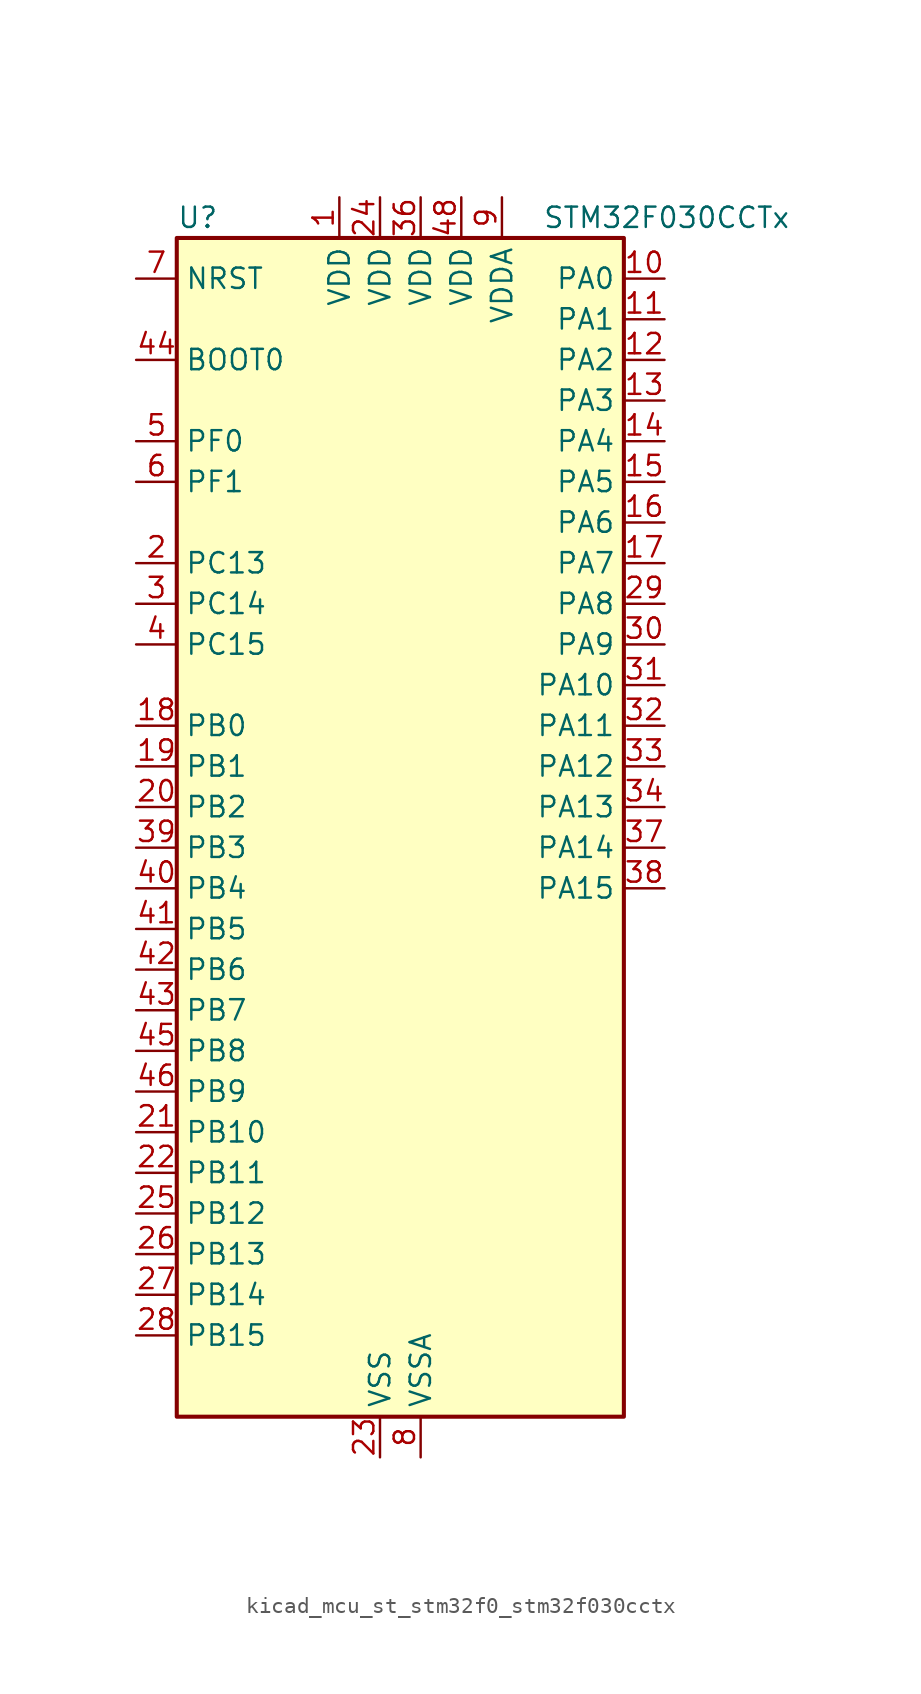
<source format=kicad_sym>
(kicad_symbol_lib
  (version 20220914)
  (generator kicad_symbol_editor)
  (symbol "kicad_mcu_st_stm32f0_stm32f030cctx"
    (property "Reference" "U"
      (at -12.7 39.37 0)
      (effects (font (size 1.27 1.27)) (justify left)))
    (property "Value" "STM32F030CCTx"
      (at 10.16 39.37 0)
      (effects (font (size 1.27 1.27)) (justify left)))
    (property "ki_locked" ""
      (at 0 0 0)
      (effects (font (size 1.27 1.27))))
    (symbol "kicad_mcu_st_stm32f0_stm32f030cctx_0_1"
      (rectangle (start -12.7 -35.56) (end 15.24 38.1) (stroke (width 0.254) (type default)) (fill (type background))))
    (symbol "kicad_mcu_st_stm32f0_stm32f030cctx_1_1"
      (pin power_in line (at -2.54 40.64 270) (length 2.54) (name "VDD" (effects (font (size 1.27 1.27)))) (number "1" (effects (font (size 1.27 1.27)))))
      (pin bidirectional line (at 17.78 35.56 180) (length 2.54) (name "PA0" (effects (font (size 1.27 1.27)))) (number "10" (effects (font (size 1.27 1.27)))) (alternate "ADC_IN0" bidirectional line) (alternate "RTC_TAMP2" bidirectional line) (alternate "SYS_WKUP1" bidirectional line) (alternate "USART2_CTS" bidirectional line) (alternate "USART4_TX" bidirectional line))
      (pin bidirectional line (at 17.78 33.02 180) (length 2.54) (name "PA1" (effects (font (size 1.27 1.27)))) (number "11" (effects (font (size 1.27 1.27)))) (alternate "ADC_IN1" bidirectional line) (alternate "TIM15_CH1N" bidirectional line) (alternate "USART2_DE" bidirectional line) (alternate "USART2_RTS" bidirectional line) (alternate "USART4_RX" bidirectional line))
      (pin bidirectional line (at 17.78 30.48 180) (length 2.54) (name "PA2" (effects (font (size 1.27 1.27)))) (number "12" (effects (font (size 1.27 1.27)))) (alternate "ADC_IN2" bidirectional line) (alternate "TIM15_CH1" bidirectional line) (alternate "USART2_TX" bidirectional line))
      (pin bidirectional line (at 17.78 27.94 180) (length 2.54) (name "PA3" (effects (font (size 1.27 1.27)))) (number "13" (effects (font (size 1.27 1.27)))) (alternate "ADC_IN3" bidirectional line) (alternate "TIM15_CH2" bidirectional line) (alternate "USART2_RX" bidirectional line))
      (pin bidirectional line (at 17.78 25.4 180) (length 2.54) (name "PA4" (effects (font (size 1.27 1.27)))) (number "14" (effects (font (size 1.27 1.27)))) (alternate "ADC_IN4" bidirectional line) (alternate "SPI1_NSS" bidirectional line) (alternate "TIM14_CH1" bidirectional line) (alternate "USART2_CK" bidirectional line) (alternate "USART6_TX" bidirectional line))
      (pin bidirectional line (at 17.78 22.86 180) (length 2.54) (name "PA5" (effects (font (size 1.27 1.27)))) (number "15" (effects (font (size 1.27 1.27)))) (alternate "ADC_IN5" bidirectional line) (alternate "SPI1_SCK" bidirectional line) (alternate "USART6_RX" bidirectional line))
      (pin bidirectional line (at 17.78 20.32 180) (length 2.54) (name "PA6" (effects (font (size 1.27 1.27)))) (number "16" (effects (font (size 1.27 1.27)))) (alternate "ADC_IN6" bidirectional line) (alternate "SPI1_MISO" bidirectional line) (alternate "TIM16_CH1" bidirectional line) (alternate "TIM1_BKIN" bidirectional line) (alternate "TIM3_CH1" bidirectional line) (alternate "USART3_CTS" bidirectional line))
      (pin bidirectional line (at 17.78 17.78 180) (length 2.54) (name "PA7" (effects (font (size 1.27 1.27)))) (number "17" (effects (font (size 1.27 1.27)))) (alternate "ADC_IN7" bidirectional line) (alternate "SPI1_MOSI" bidirectional line) (alternate "TIM14_CH1" bidirectional line) (alternate "TIM17_CH1" bidirectional line) (alternate "TIM1_CH1N" bidirectional line) (alternate "TIM3_CH2" bidirectional line))
      (pin bidirectional line (at -15.24 7.62 0) (length 2.54) (name "PB0" (effects (font (size 1.27 1.27)))) (number "18" (effects (font (size 1.27 1.27)))) (alternate "ADC_IN8" bidirectional line) (alternate "TIM1_CH2N" bidirectional line) (alternate "TIM3_CH3" bidirectional line) (alternate "USART3_CK" bidirectional line))
      (pin bidirectional line (at -15.24 5.08 0) (length 2.54) (name "PB1" (effects (font (size 1.27 1.27)))) (number "19" (effects (font (size 1.27 1.27)))) (alternate "ADC_IN9" bidirectional line) (alternate "TIM14_CH1" bidirectional line) (alternate "TIM1_CH3N" bidirectional line) (alternate "TIM3_CH4" bidirectional line) (alternate "USART3_DE" bidirectional line) (alternate "USART3_RTS" bidirectional line))
      (pin bidirectional line (at -15.24 17.78 0) (length 2.54) (name "PC13" (effects (font (size 1.27 1.27)))) (number "2" (effects (font (size 1.27 1.27)))) (alternate "RTC_OUT_ALARM" bidirectional line) (alternate "RTC_OUT_CALIB" bidirectional line) (alternate "RTC_TAMP1" bidirectional line) (alternate "RTC_TS" bidirectional line) (alternate "SYS_WKUP2" bidirectional line))
      (pin bidirectional line (at -15.24 2.54 0) (length 2.54) (name "PB2" (effects (font (size 1.27 1.27)))) (number "20" (effects (font (size 1.27 1.27)))))
      (pin bidirectional line (at -15.24 -17.78 0) (length 2.54) (name "PB10" (effects (font (size 1.27 1.27)))) (number "21" (effects (font (size 1.27 1.27)))) (alternate "I2C2_SCL" bidirectional line) (alternate "SPI2_SCK" bidirectional line) (alternate "USART3_TX" bidirectional line))
      (pin bidirectional line (at -15.24 -20.32 0) (length 2.54) (name "PB11" (effects (font (size 1.27 1.27)))) (number "22" (effects (font (size 1.27 1.27)))) (alternate "I2C2_SDA" bidirectional line) (alternate "USART3_RX" bidirectional line))
      (pin power_in line (at 0 -38.1 90) (length 2.54) (name "VSS" (effects (font (size 1.27 1.27)))) (number "23" (effects (font (size 1.27 1.27)))))
      (pin power_in line (at 0 40.64 270) (length 2.54) (name "VDD" (effects (font (size 1.27 1.27)))) (number "24" (effects (font (size 1.27 1.27)))))
      (pin bidirectional line (at -15.24 -22.86 0) (length 2.54) (name "PB12" (effects (font (size 1.27 1.27)))) (number "25" (effects (font (size 1.27 1.27)))) (alternate "SPI2_NSS" bidirectional line) (alternate "TIM15_BKIN" bidirectional line) (alternate "TIM1_BKIN" bidirectional line) (alternate "USART3_CK" bidirectional line))
      (pin bidirectional line (at -15.24 -25.4 0) (length 2.54) (name "PB13" (effects (font (size 1.27 1.27)))) (number "26" (effects (font (size 1.27 1.27)))) (alternate "I2C2_SCL" bidirectional line) (alternate "SPI2_SCK" bidirectional line) (alternate "TIM1_CH1N" bidirectional line) (alternate "USART3_CTS" bidirectional line))
      (pin bidirectional line (at -15.24 -27.94 0) (length 2.54) (name "PB14" (effects (font (size 1.27 1.27)))) (number "27" (effects (font (size 1.27 1.27)))) (alternate "I2C2_SDA" bidirectional line) (alternate "SPI2_MISO" bidirectional line) (alternate "TIM15_CH1" bidirectional line) (alternate "TIM1_CH2N" bidirectional line) (alternate "USART3_DE" bidirectional line) (alternate "USART3_RTS" bidirectional line))
      (pin bidirectional line (at -15.24 -30.48 0) (length 2.54) (name "PB15" (effects (font (size 1.27 1.27)))) (number "28" (effects (font (size 1.27 1.27)))) (alternate "RTC_REFIN" bidirectional line) (alternate "SPI2_MOSI" bidirectional line) (alternate "TIM15_CH1N" bidirectional line) (alternate "TIM15_CH2" bidirectional line) (alternate "TIM1_CH3N" bidirectional line))
      (pin bidirectional line (at 17.78 15.24 180) (length 2.54) (name "PA8" (effects (font (size 1.27 1.27)))) (number "29" (effects (font (size 1.27 1.27)))) (alternate "RCC_MCO" bidirectional line) (alternate "TIM1_CH1" bidirectional line) (alternate "USART1_CK" bidirectional line))
      (pin bidirectional line (at -15.24 15.24 0) (length 2.54) (name "PC14" (effects (font (size 1.27 1.27)))) (number "3" (effects (font (size 1.27 1.27)))) (alternate "RCC_OSC32_IN" bidirectional line))
      (pin bidirectional line (at 17.78 12.7 180) (length 2.54) (name "PA9" (effects (font (size 1.27 1.27)))) (number "30" (effects (font (size 1.27 1.27)))) (alternate "I2C1_SCL" bidirectional line) (alternate "RCC_MCO" bidirectional line) (alternate "TIM15_BKIN" bidirectional line) (alternate "TIM1_CH2" bidirectional line) (alternate "USART1_TX" bidirectional line))
      (pin bidirectional line (at 17.78 10.16 180) (length 2.54) (name "PA10" (effects (font (size 1.27 1.27)))) (number "31" (effects (font (size 1.27 1.27)))) (alternate "I2C1_SDA" bidirectional line) (alternate "TIM17_BKIN" bidirectional line) (alternate "TIM1_CH3" bidirectional line) (alternate "USART1_RX" bidirectional line))
      (pin bidirectional line (at 17.78 7.62 180) (length 2.54) (name "PA11" (effects (font (size 1.27 1.27)))) (number "32" (effects (font (size 1.27 1.27)))) (alternate "I2C2_SCL" bidirectional line) (alternate "TIM1_CH4" bidirectional line) (alternate "USART1_CTS" bidirectional line))
      (pin bidirectional line (at 17.78 5.08 180) (length 2.54) (name "PA12" (effects (font (size 1.27 1.27)))) (number "33" (effects (font (size 1.27 1.27)))) (alternate "I2C2_SDA" bidirectional line) (alternate "TIM1_ETR" bidirectional line) (alternate "USART1_DE" bidirectional line) (alternate "USART1_RTS" bidirectional line))
      (pin bidirectional line (at 17.78 2.54 180) (length 2.54) (name "PA13" (effects (font (size 1.27 1.27)))) (number "34" (effects (font (size 1.27 1.27)))) (alternate "IR_OUT" bidirectional line) (alternate "SYS_SWDIO" bidirectional line))
      (pin passive line (at 0 -38.1 90) (length 2.54) hide (name "VSS" (effects (font (size 1.27 1.27)))) (number "35" (effects (font (size 1.27 1.27)))))
      (pin power_in line (at 2.54 40.64 270) (length 2.54) (name "VDD" (effects (font (size 1.27 1.27)))) (number "36" (effects (font (size 1.27 1.27)))))
      (pin bidirectional line (at 17.78 0 180) (length 2.54) (name "PA14" (effects (font (size 1.27 1.27)))) (number "37" (effects (font (size 1.27 1.27)))) (alternate "SYS_SWCLK" bidirectional line) (alternate "USART2_TX" bidirectional line))
      (pin bidirectional line (at 17.78 -2.54 180) (length 2.54) (name "PA15" (effects (font (size 1.27 1.27)))) (number "38" (effects (font (size 1.27 1.27)))) (alternate "SPI1_NSS" bidirectional line) (alternate "USART2_RX" bidirectional line) (alternate "USART4_DE" bidirectional line) (alternate "USART4_RTS" bidirectional line))
      (pin bidirectional line (at -15.24 0 0) (length 2.54) (name "PB3" (effects (font (size 1.27 1.27)))) (number "39" (effects (font (size 1.27 1.27)))) (alternate "SPI1_SCK" bidirectional line) (alternate "USART5_TX" bidirectional line))
      (pin bidirectional line (at -15.24 12.7 0) (length 2.54) (name "PC15" (effects (font (size 1.27 1.27)))) (number "4" (effects (font (size 1.27 1.27)))) (alternate "RCC_OSC32_OUT" bidirectional line))
      (pin bidirectional line (at -15.24 -2.54 0) (length 2.54) (name "PB4" (effects (font (size 1.27 1.27)))) (number "40" (effects (font (size 1.27 1.27)))) (alternate "SPI1_MISO" bidirectional line) (alternate "TIM17_BKIN" bidirectional line) (alternate "TIM3_CH1" bidirectional line) (alternate "USART5_RX" bidirectional line))
      (pin bidirectional line (at -15.24 -5.08 0) (length 2.54) (name "PB5" (effects (font (size 1.27 1.27)))) (number "41" (effects (font (size 1.27 1.27)))) (alternate "I2C1_SMBA" bidirectional line) (alternate "SPI1_MOSI" bidirectional line) (alternate "TIM16_BKIN" bidirectional line) (alternate "TIM3_CH2" bidirectional line) (alternate "USART5_CK" bidirectional line) (alternate "USART5_DE" bidirectional line) (alternate "USART5_RTS" bidirectional line))
      (pin bidirectional line (at -15.24 -7.62 0) (length 2.54) (name "PB6" (effects (font (size 1.27 1.27)))) (number "42" (effects (font (size 1.27 1.27)))) (alternate "I2C1_SCL" bidirectional line) (alternate "TIM16_CH1N" bidirectional line) (alternate "USART1_TX" bidirectional line))
      (pin bidirectional line (at -15.24 -10.16 0) (length 2.54) (name "PB7" (effects (font (size 1.27 1.27)))) (number "43" (effects (font (size 1.27 1.27)))) (alternate "I2C1_SDA" bidirectional line) (alternate "TIM17_CH1N" bidirectional line) (alternate "USART1_RX" bidirectional line) (alternate "USART4_CTS" bidirectional line))
      (pin input line (at -15.24 30.48 0) (length 2.54) (name "BOOT0" (effects (font (size 1.27 1.27)))) (number "44" (effects (font (size 1.27 1.27)))))
      (pin bidirectional line (at -15.24 -12.7 0) (length 2.54) (name "PB8" (effects (font (size 1.27 1.27)))) (number "45" (effects (font (size 1.27 1.27)))) (alternate "I2C1_SCL" bidirectional line) (alternate "TIM16_CH1" bidirectional line))
      (pin bidirectional line (at -15.24 -15.24 0) (length 2.54) (name "PB9" (effects (font (size 1.27 1.27)))) (number "46" (effects (font (size 1.27 1.27)))) (alternate "I2C1_SDA" bidirectional line) (alternate "IR_OUT" bidirectional line) (alternate "SPI2_NSS" bidirectional line) (alternate "TIM17_CH1" bidirectional line))
      (pin passive line (at 0 -38.1 90) (length 2.54) hide (name "VSS" (effects (font (size 1.27 1.27)))) (number "47" (effects (font (size 1.27 1.27)))))
      (pin power_in line (at 5.08 40.64 270) (length 2.54) (name "VDD" (effects (font (size 1.27 1.27)))) (number "48" (effects (font (size 1.27 1.27)))))
      (pin bidirectional line (at -15.24 25.4 0) (length 2.54) (name "PF0" (effects (font (size 1.27 1.27)))) (number "5" (effects (font (size 1.27 1.27)))) (alternate "I2C1_SDA" bidirectional line) (alternate "RCC_OSC_IN" bidirectional line))
      (pin bidirectional line (at -15.24 22.86 0) (length 2.54) (name "PF1" (effects (font (size 1.27 1.27)))) (number "6" (effects (font (size 1.27 1.27)))) (alternate "I2C1_SCL" bidirectional line) (alternate "RCC_OSC_OUT" bidirectional line))
      (pin input line (at -15.24 35.56 0) (length 2.54) (name "NRST" (effects (font (size 1.27 1.27)))) (number "7" (effects (font (size 1.27 1.27)))))
      (pin power_in line (at 2.54 -38.1 90) (length 2.54) (name "VSSA" (effects (font (size 1.27 1.27)))) (number "8" (effects (font (size 1.27 1.27)))))
      (pin power_in line (at 7.62 40.64 270) (length 2.54) (name "VDDA" (effects (font (size 1.27 1.27)))) (number "9" (effects (font (size 1.27 1.27))))))))
</source>
